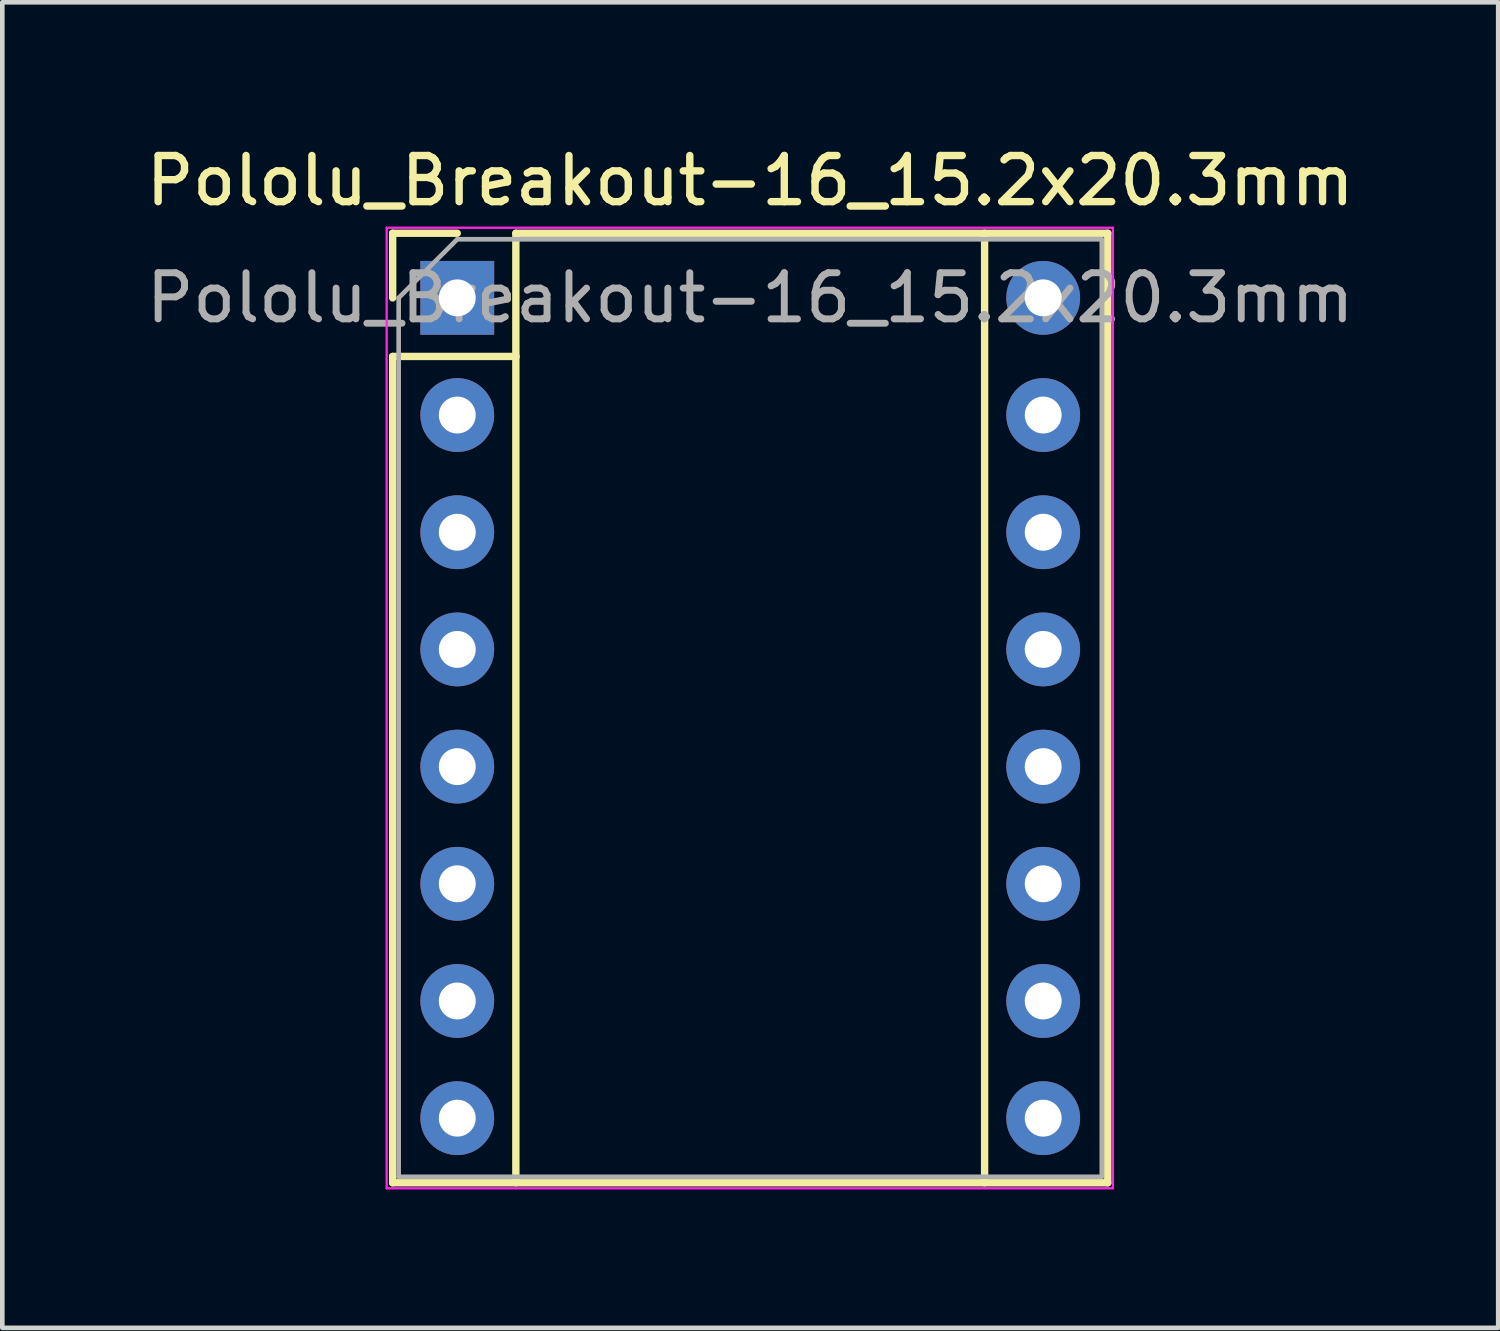
<source format=kicad_pcb>
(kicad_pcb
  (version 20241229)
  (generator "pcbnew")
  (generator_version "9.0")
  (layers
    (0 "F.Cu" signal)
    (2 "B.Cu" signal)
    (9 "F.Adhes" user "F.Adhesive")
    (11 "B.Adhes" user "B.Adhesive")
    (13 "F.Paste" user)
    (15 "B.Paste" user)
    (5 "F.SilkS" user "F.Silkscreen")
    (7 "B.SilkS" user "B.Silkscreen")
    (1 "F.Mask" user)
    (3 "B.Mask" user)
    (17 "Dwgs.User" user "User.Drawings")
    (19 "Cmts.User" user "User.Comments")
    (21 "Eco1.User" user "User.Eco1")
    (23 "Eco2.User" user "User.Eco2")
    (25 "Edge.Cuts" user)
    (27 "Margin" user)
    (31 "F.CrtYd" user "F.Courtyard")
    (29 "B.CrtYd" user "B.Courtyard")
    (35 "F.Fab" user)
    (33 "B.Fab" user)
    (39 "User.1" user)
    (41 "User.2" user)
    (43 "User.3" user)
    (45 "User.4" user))
  (footprint "Pololu_Breakout-16_15.2x20.3mm"
    (layer "F.Cu")
    (at 6.861 3.406)
    (property "Reference" "Pololu_Breakout-16_15.2x20.3mm" (at 6.35 -2.54 0) (layer "F.SilkS") (effects (font (size 1 1) (thickness 0.16))))
    (attr through_hole)
    (fp_line (start -1.4 -1.4) (end -1.4 0) (stroke (width 0.16) (type solid)) (layer "F.SilkS"))
    (fp_line (start -1.4 1.27) (end -1.4 19.18) (stroke (width 0.16) (type solid)) (layer "F.SilkS"))
    (fp_line (start -1.4 19.18) (end 14.1 19.18) (stroke (width 0.16) (type solid)) (layer "F.SilkS"))
    (fp_line (start 0 -1.4) (end -1.4 -1.4) (stroke (width 0.16) (type solid)) (layer "F.SilkS"))
    (fp_line (start 1.27 -1.4) (end 1.27 1.27) (stroke (width 0.16) (type solid)) (layer "F.SilkS"))
    (fp_line (start 1.27 1.27) (end -1.4 1.27) (stroke (width 0.16) (type solid)) (layer "F.SilkS"))
    (fp_line (start 1.27 1.27) (end 1.27 19.18) (stroke (width 0.16) (type solid)) (layer "F.SilkS"))
    (fp_line (start 11.43 -1.4) (end 11.43 19.18) (stroke (width 0.16) (type solid)) (layer "F.SilkS"))
    (fp_line (start 14.1 -1.4) (end 1.27 -1.4) (stroke (width 0.16) (type solid)) (layer "F.SilkS"))
    (fp_line (start 14.1 19.18) (end 14.1 -1.4) (stroke (width 0.16) (type solid)) (layer "F.SilkS"))
    (fp_line (start -1.53 -1.52) (end -1.53 19.3) (stroke (width 0.05) (type solid)) (layer "F.CrtYd"))
    (fp_line (start -1.53 -1.52) (end 14.21 -1.52) (stroke (width 0.05) (type solid)) (layer "F.CrtYd"))
    (fp_line (start 14.21 19.3) (end -1.53 19.3) (stroke (width 0.05) (type solid)) (layer "F.CrtYd"))
    (fp_line (start 14.21 19.3) (end 14.21 -1.52) (stroke (width 0.05) (type solid)) (layer "F.CrtYd"))
    (fp_line (start -1.27 0) (end 0 -1.27) (stroke (width 0.1) (type solid)) (layer "F.Fab"))
    (fp_line (start -1.27 19.05) (end -1.27 0) (stroke (width 0.1) (type solid)) (layer "F.Fab"))
    (fp_line (start 0 -1.27) (end 13.97 -1.27) (stroke (width 0.1) (type solid)) (layer "F.Fab"))
    (fp_line (start 13.97 -1.27) (end 13.97 19.05) (stroke (width 0.1) (type solid)) (layer "F.Fab"))
    (fp_line (start 13.97 19.05) (end -1.27 19.05) (stroke (width 0.1) (type solid)) (layer "F.Fab"))
    (fp_text user "${REFERENCE}" (at 6.35 0 0) (layer "F.Fab") (effects (font (size 1 1) (thickness 0.15))))
    (pad "1" thru_hole rect (at 0 0) (size 1.6 1.6) (drill 0.8) (layers "*.Cu" "*.Mask"))
    (pad "2" thru_hole oval (at 0 2.54) (size 1.6 1.6) (drill 0.8) (layers "*.Cu" "*.Mask"))
    (pad "3" thru_hole oval (at 0 5.08) (size 1.6 1.6) (drill 0.8) (layers "*.Cu" "*.Mask"))
    (pad "4" thru_hole oval (at 0 7.62) (size 1.6 1.6) (drill 0.8) (layers "*.Cu" "*.Mask"))
    (pad "5" thru_hole oval (at 0 10.16) (size 1.6 1.6) (drill 0.8) (layers "*.Cu" "*.Mask"))
    (pad "6" thru_hole oval (at 0 12.7) (size 1.6 1.6) (drill 0.8) (layers "*.Cu" "*.Mask"))
    (pad "7" thru_hole oval (at 0 15.24) (size 1.6 1.6) (drill 0.8) (layers "*.Cu" "*.Mask"))
    (pad "8" thru_hole oval (at 0 17.78) (size 1.6 1.6) (drill 0.8) (layers "*.Cu" "*.Mask"))
    (pad "9" thru_hole oval (at 12.7 17.78) (size 1.6 1.6) (drill 0.8) (layers "*.Cu" "*.Mask"))
    (pad "10" thru_hole oval (at 12.7 15.24) (size 1.6 1.6) (drill 0.8) (layers "*.Cu" "*.Mask"))
    (pad "11" thru_hole oval (at 12.7 12.7) (size 1.6 1.6) (drill 0.8) (layers "*.Cu" "*.Mask"))
    (pad "12" thru_hole oval (at 12.7 10.16) (size 1.6 1.6) (drill 0.8) (layers "*.Cu" "*.Mask"))
    (pad "13" thru_hole oval (at 12.7 7.62) (size 1.6 1.6) (drill 0.8) (layers "*.Cu" "*.Mask"))
    (pad "14" thru_hole oval (at 12.7 5.08) (size 1.6 1.6) (drill 0.8) (layers "*.Cu" "*.Mask"))
    (pad "15" thru_hole oval (at 12.7 2.54) (size 1.6 1.6) (drill 0.8) (layers "*.Cu" "*.Mask"))
    (pad "16" thru_hole oval (at 12.7 0) (size 1.6 1.6) (drill 0.8) (layers "*.Cu" "*.Mask")))
  (gr_rect
    (start -3 -3)
    (end 29.423 25.731)
    (stroke (width 0.1) (type default))
    (fill no)
    (layer "Edge.Cuts")))
</source>
